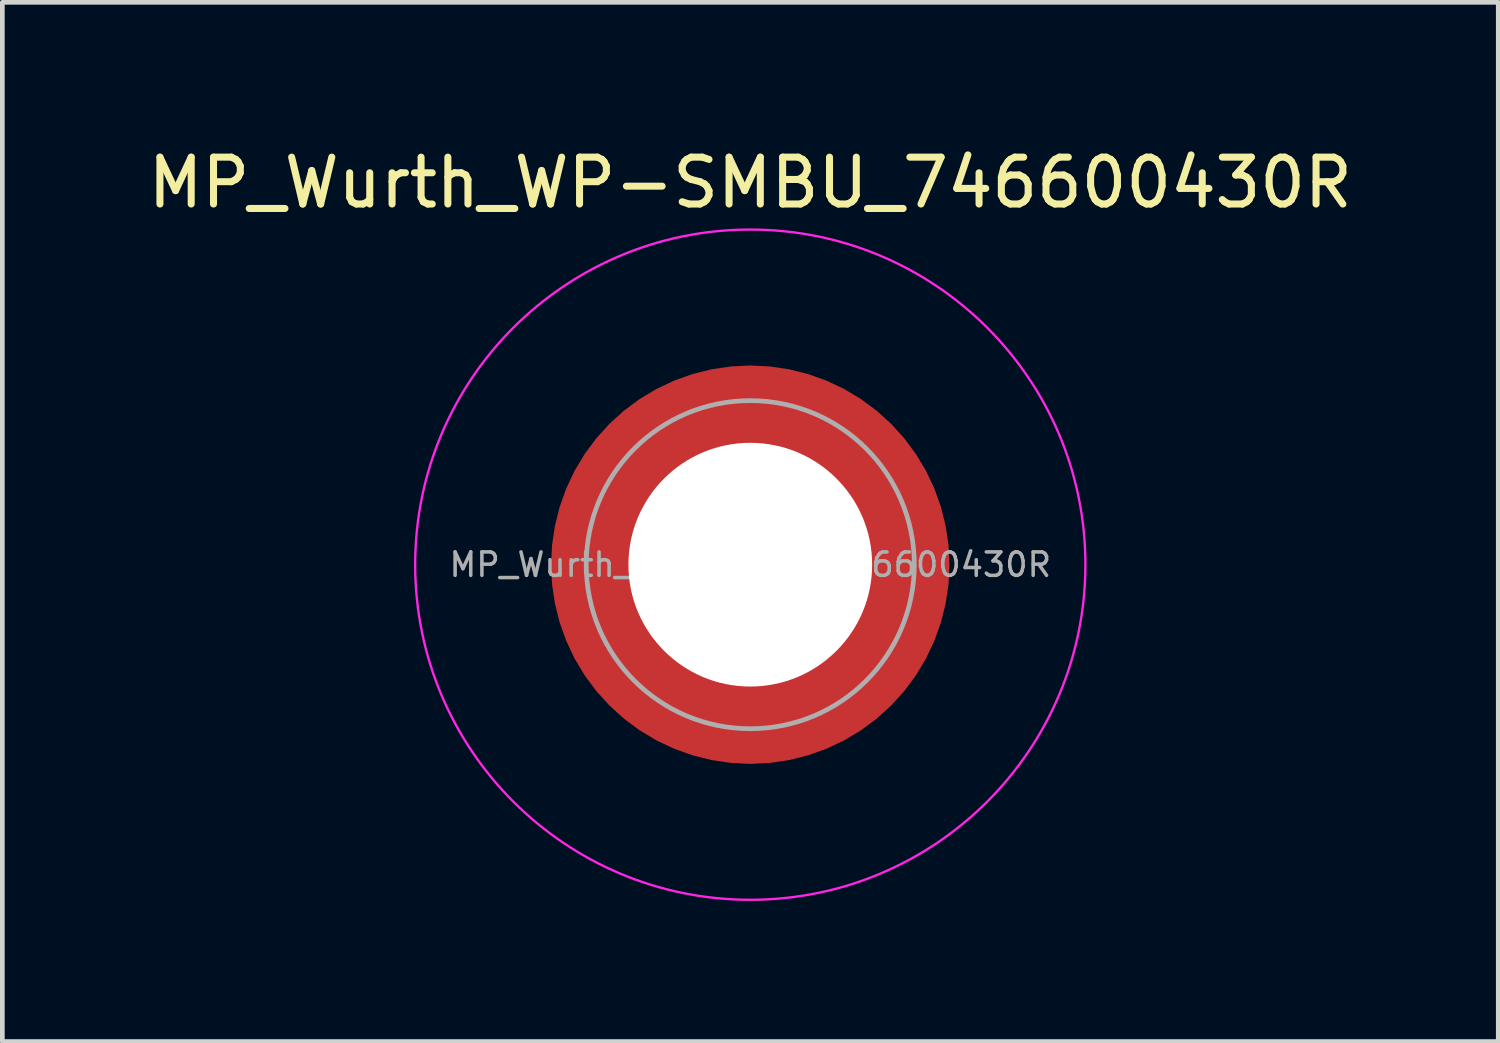
<source format=kicad_pcb>
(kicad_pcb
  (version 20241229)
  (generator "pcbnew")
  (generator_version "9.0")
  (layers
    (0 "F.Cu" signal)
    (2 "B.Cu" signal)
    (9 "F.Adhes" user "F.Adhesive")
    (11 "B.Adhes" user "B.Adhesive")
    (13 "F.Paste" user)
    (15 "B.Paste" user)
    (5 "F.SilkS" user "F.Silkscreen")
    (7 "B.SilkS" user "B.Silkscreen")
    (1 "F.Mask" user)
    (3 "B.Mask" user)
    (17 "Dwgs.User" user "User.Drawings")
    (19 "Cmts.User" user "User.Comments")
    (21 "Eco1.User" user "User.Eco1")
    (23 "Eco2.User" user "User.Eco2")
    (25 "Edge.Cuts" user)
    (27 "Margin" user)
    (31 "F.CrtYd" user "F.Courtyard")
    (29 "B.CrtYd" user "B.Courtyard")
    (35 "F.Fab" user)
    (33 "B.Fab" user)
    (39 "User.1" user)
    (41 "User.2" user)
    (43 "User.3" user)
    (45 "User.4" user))
  (footprint "MP_Wurth_WP-SMBU_746600430R"
    (layer "F.Cu")
    (at 12.958 8.998)
    (property "Reference" "MP_Wurth_WP-SMBU_746600430R" (at 0 -8.15 0) (unlocked yes) (layer "F.SilkS") (effects (font (size 1 1) (thickness 0.15))))
    (attr smd)
    (fp_poly (pts (xy -2.685 0.574) (xy -2.665 0.664) (xy -2.635 0.774) (xy -2.595 0.898) (xy -2.56 0.993) (xy -2.525 1.078) (xy -2.48 1.178) (xy -2.431 1.278) (xy -2.386 1.358) (xy -2.346 1.427) (xy -2.291 1.512) (xy -2.236 1.592) (xy -2.181 1.667) (xy -2.131 1.732) (xy -2.076 1.797) (xy -2.016 1.862) (xy -1.941 1.941) (xy -1.867 2.011) (xy -1.807 2.066) (xy -1.732 2.131) (xy -1.662 2.186) (xy -1.587 2.241) (xy -1.497 2.301) (xy -1.412 2.356) (xy -1.323 2.406) (xy -1.238 2.451) (xy -1.158 2.49) (xy -1.053 2.535) (xy -0.938 2.58) (xy -0.824 2.62) (xy -0.699 2.655) (xy -0.574 2.685) (xy -0.495 2.701) (xy -0.495 4.126) (xy -0.546 4.12) (xy -0.546 4.12) (xy -0.621 4.11) (xy -0.621 4.11) (xy -0.676 4.1) (xy -0.736 4.09) (xy -0.791 4.08) (xy -0.871 4.065) (xy -0.871 4.065) (xy -0.936 4.05) (xy -0.996 4.035) (xy -1.076 4.015) (xy -1.076 4.015) (xy -1.216 3.975) (xy -1.216 3.975) (xy -1.281 3.955) (xy -1.282 3.955) (xy -1.352 3.93) (xy -1.437 3.9) (xy -1.492 3.88) (xy -1.492 3.88) (xy -1.552 3.855) (xy -1.627 3.825) (xy -1.627 3.825) (xy -1.697 3.795) (xy -1.697 3.795) (xy -1.772 3.76) (xy -1.837 3.73) (xy -1.837 3.729) (xy -1.902 3.694) (xy -1.972 3.659) (xy -1.972 3.659) (xy -2.042 3.619) (xy -2.103 3.584) (xy -2.163 3.549) (xy -2.163 3.549) (xy -2.243 3.499) (xy -2.243 3.499) (xy -2.348 3.429) (xy -2.348 3.429) (xy -2.433 3.369) (xy -2.433 3.369) (xy -2.533 3.294) (xy -2.533 3.294) (xy -2.603 3.239) (xy -2.603 3.239) (xy -2.688 3.169) (xy -2.688 3.169) (xy -2.763 3.104) (xy -2.763 3.104) (xy -2.843 3.029) (xy -2.898 2.979) (xy -2.899 2.979) (xy -2.994 2.884) (xy -2.994 2.883) (xy -3.094 2.773) (xy -3.094 2.773) (xy -3.189 2.663) (xy -3.189 2.663) (xy -3.274 2.558) (xy -3.344 2.468) (xy -3.344 2.468) (xy -3.429 2.348) (xy -3.429 2.348) (xy -3.499 2.243) (xy -3.499 2.243) (xy -3.584 2.103) (xy -3.584 2.102) (xy -3.669 1.952) (xy -3.669 1.952) (xy -3.724 1.842) (xy -3.79 1.707) (xy -3.79 1.707) (xy -3.85 1.567) (xy -3.85 1.567) (xy -3.915 1.397) (xy -3.915 1.397) (xy -3.965 1.247) (xy -3.965 1.246) (xy -4.01 1.091) (xy -4.01 1.091) (xy -4.05 0.936) (xy -4.05 0.936) (xy -4.075 0.816) (xy -4.075 0.816) (xy -4.1 0.676) (xy -4.1 0.676) (xy -4.115 0.581) (xy -4.115 0.581) (xy -4.126 0.495) (xy -2.701 0.495)) (stroke (width 0) (type default)) (fill yes) (layer "F.Paste"))
    (fp_poly (pts (xy -0.495 -2.701) (xy -0.574 -2.685) (xy -0.664 -2.665) (xy -0.774 -2.635) (xy -0.898 -2.595) (xy -0.993 -2.56) (xy -1.078 -2.525) (xy -1.178 -2.48) (xy -1.278 -2.431) (xy -1.358 -2.386) (xy -1.427 -2.346) (xy -1.512 -2.291) (xy -1.592 -2.236) (xy -1.667 -2.181) (xy -1.732 -2.131) (xy -1.797 -2.076) (xy -1.862 -2.016) (xy -1.941 -1.941) (xy -2.011 -1.867) (xy -2.066 -1.807) (xy -2.131 -1.732) (xy -2.186 -1.662) (xy -2.241 -1.587) (xy -2.301 -1.497) (xy -2.356 -1.412) (xy -2.406 -1.323) (xy -2.451 -1.238) (xy -2.49 -1.158) (xy -2.535 -1.053) (xy -2.58 -0.938) (xy -2.62 -0.824) (xy -2.655 -0.699) (xy -2.685 -0.574) (xy -2.701 -0.495) (xy -4.126 -0.495) (xy -4.12 -0.546) (xy -4.12 -0.546) (xy -4.11 -0.621) (xy -4.11 -0.621) (xy -4.1 -0.676) (xy -4.09 -0.736) (xy -4.08 -0.791) (xy -4.065 -0.871) (xy -4.065 -0.871) (xy -4.05 -0.936) (xy -4.035 -0.996) (xy -4.015 -1.076) (xy -4.015 -1.076) (xy -3.975 -1.216) (xy -3.975 -1.216) (xy -3.955 -1.281) (xy -3.955 -1.282) (xy -3.93 -1.352) (xy -3.9 -1.437) (xy -3.88 -1.492) (xy -3.88 -1.492) (xy -3.855 -1.552) (xy -3.825 -1.627) (xy -3.825 -1.627) (xy -3.795 -1.697) (xy -3.795 -1.697) (xy -3.76 -1.772) (xy -3.73 -1.837) (xy -3.729 -1.837) (xy -3.694 -1.902) (xy -3.659 -1.972) (xy -3.659 -1.972) (xy -3.619 -2.042) (xy -3.584 -2.103) (xy -3.549 -2.163) (xy -3.549 -2.163) (xy -3.499 -2.243) (xy -3.499 -2.243) (xy -3.429 -2.348) (xy -3.429 -2.348) (xy -3.369 -2.433) (xy -3.369 -2.433) (xy -3.294 -2.533) (xy -3.294 -2.533) (xy -3.239 -2.603) (xy -3.239 -2.603) (xy -3.169 -2.688) (xy -3.169 -2.688) (xy -3.104 -2.763) (xy -3.104 -2.763) (xy -3.029 -2.843) (xy -2.979 -2.898) (xy -2.979 -2.899) (xy -2.884 -2.994) (xy -2.883 -2.994) (xy -2.773 -3.094) (xy -2.773 -3.094) (xy -2.663 -3.189) (xy -2.663 -3.189) (xy -2.558 -3.274) (xy -2.468 -3.344) (xy -2.468 -3.344) (xy -2.348 -3.429) (xy -2.348 -3.429) (xy -2.243 -3.499) (xy -2.243 -3.499) (xy -2.103 -3.584) (xy -2.102 -3.584) (xy -1.952 -3.669) (xy -1.952 -3.669) (xy -1.842 -3.724) (xy -1.707 -3.79) (xy -1.707 -3.79) (xy -1.567 -3.85) (xy -1.567 -3.85) (xy -1.397 -3.915) (xy -1.397 -3.915) (xy -1.247 -3.965) (xy -1.246 -3.965) (xy -1.091 -4.01) (xy -1.091 -4.01) (xy -0.936 -4.05) (xy -0.936 -4.05) (xy -0.816 -4.075) (xy -0.816 -4.075) (xy -0.676 -4.1) (xy -0.676 -4.1) (xy -0.581 -4.115) (xy -0.581 -4.115) (xy -0.495 -4.126)) (stroke (width 0) (type default)) (fill yes) (layer "F.Paste"))
    (fp_poly (pts (xy 0.546 -4.12) (xy 0.546 -4.12) (xy 0.621 -4.11) (xy 0.621 -4.11) (xy 0.676 -4.1) (xy 0.736 -4.09) (xy 0.791 -4.08) (xy 0.871 -4.065) (xy 0.871 -4.065) (xy 0.936 -4.05) (xy 0.996 -4.035) (xy 1.076 -4.015) (xy 1.076 -4.015) (xy 1.216 -3.975) (xy 1.216 -3.975) (xy 1.281 -3.955) (xy 1.282 -3.955) (xy 1.352 -3.93) (xy 1.437 -3.9) (xy 1.492 -3.88) (xy 1.492 -3.88) (xy 1.552 -3.855) (xy 1.627 -3.825) (xy 1.627 -3.825) (xy 1.697 -3.795) (xy 1.697 -3.795) (xy 1.772 -3.76) (xy 1.837 -3.73) (xy 1.837 -3.729) (xy 1.902 -3.694) (xy 1.972 -3.659) (xy 1.972 -3.659) (xy 2.042 -3.619) (xy 2.103 -3.584) (xy 2.163 -3.549) (xy 2.163 -3.549) (xy 2.243 -3.499) (xy 2.243 -3.499) (xy 2.348 -3.429) (xy 2.348 -3.429) (xy 2.433 -3.369) (xy 2.433 -3.369) (xy 2.533 -3.294) (xy 2.533 -3.294) (xy 2.603 -3.239) (xy 2.603 -3.239) (xy 2.688 -3.169) (xy 2.688 -3.169) (xy 2.763 -3.104) (xy 2.763 -3.104) (xy 2.843 -3.029) (xy 2.898 -2.979) (xy 2.899 -2.979) (xy 2.994 -2.884) (xy 2.994 -2.883) (xy 3.094 -2.773) (xy 3.094 -2.773) (xy 3.189 -2.663) (xy 3.189 -2.663) (xy 3.274 -2.558) (xy 3.344 -2.468) (xy 3.344 -2.468) (xy 3.429 -2.348) (xy 3.429 -2.348) (xy 3.499 -2.243) (xy 3.499 -2.243) (xy 3.584 -2.103) (xy 3.584 -2.102) (xy 3.669 -1.952) (xy 3.669 -1.952) (xy 3.724 -1.842) (xy 3.79 -1.707) (xy 3.79 -1.707) (xy 3.85 -1.567) (xy 3.85 -1.567) (xy 3.915 -1.397) (xy 3.915 -1.397) (xy 3.965 -1.247) (xy 3.965 -1.246) (xy 4.01 -1.091) (xy 4.01 -1.091) (xy 4.05 -0.936) (xy 4.05 -0.936) (xy 4.075 -0.816) (xy 4.075 -0.816) (xy 4.1 -0.676) (xy 4.1 -0.676) (xy 4.115 -0.581) (xy 4.115 -0.581) (xy 4.126 -0.495) (xy 2.701 -0.495) (xy 2.685 -0.574) (xy 2.665 -0.664) (xy 2.635 -0.774) (xy 2.595 -0.898) (xy 2.56 -0.993) (xy 2.525 -1.078) (xy 2.48 -1.178) (xy 2.431 -1.278) (xy 2.386 -1.358) (xy 2.346 -1.427) (xy 2.291 -1.512) (xy 2.236 -1.592) (xy 2.181 -1.667) (xy 2.131 -1.732) (xy 2.076 -1.797) (xy 2.016 -1.862) (xy 1.941 -1.941) (xy 1.867 -2.011) (xy 1.807 -2.066) (xy 1.732 -2.131) (xy 1.662 -2.186) (xy 1.587 -2.241) (xy 1.497 -2.301) (xy 1.412 -2.356) (xy 1.323 -2.406) (xy 1.238 -2.451) (xy 1.158 -2.49) (xy 1.053 -2.535) (xy 0.938 -2.58) (xy 0.824 -2.62) (xy 0.699 -2.655) (xy 0.574 -2.685) (xy 0.495 -2.701) (xy 0.495 -4.126)) (stroke (width 0) (type default)) (fill yes) (layer "F.Paste"))
    (fp_poly (pts (xy 4.12 0.546) (xy 4.12 0.546) (xy 4.11 0.621) (xy 4.11 0.621) (xy 4.1 0.676) (xy 4.09 0.736) (xy 4.08 0.791) (xy 4.065 0.871) (xy 4.065 0.871) (xy 4.05 0.936) (xy 4.035 0.996) (xy 4.015 1.076) (xy 4.015 1.076) (xy 3.975 1.216) (xy 3.975 1.216) (xy 3.955 1.281) (xy 3.955 1.282) (xy 3.93 1.352) (xy 3.9 1.437) (xy 3.88 1.492) (xy 3.88 1.492) (xy 3.855 1.552) (xy 3.825 1.627) (xy 3.825 1.627) (xy 3.795 1.697) (xy 3.795 1.697) (xy 3.76 1.772) (xy 3.73 1.837) (xy 3.729 1.837) (xy 3.694 1.902) (xy 3.659 1.972) (xy 3.659 1.972) (xy 3.619 2.042) (xy 3.584 2.103) (xy 3.549 2.163) (xy 3.549 2.163) (xy 3.499 2.243) (xy 3.499 2.243) (xy 3.429 2.348) (xy 3.429 2.348) (xy 3.369 2.433) (xy 3.369 2.433) (xy 3.294 2.533) (xy 3.294 2.533) (xy 3.239 2.603) (xy 3.239 2.603) (xy 3.169 2.688) (xy 3.169 2.688) (xy 3.104 2.763) (xy 3.104 2.763) (xy 3.029 2.843) (xy 2.979 2.898) (xy 2.979 2.899) (xy 2.884 2.994) (xy 2.883 2.994) (xy 2.773 3.094) (xy 2.773 3.094) (xy 2.663 3.189) (xy 2.663 3.189) (xy 2.558 3.274) (xy 2.468 3.344) (xy 2.468 3.344) (xy 2.348 3.429) (xy 2.348 3.429) (xy 2.243 3.499) (xy 2.243 3.499) (xy 2.103 3.584) (xy 2.102 3.584) (xy 1.952 3.669) (xy 1.952 3.669) (xy 1.842 3.724) (xy 1.707 3.79) (xy 1.707 3.79) (xy 1.567 3.85) (xy 1.567 3.85) (xy 1.397 3.915) (xy 1.397 3.915) (xy 1.247 3.965) (xy 1.246 3.965) (xy 1.091 4.01) (xy 1.091 4.01) (xy 0.936 4.05) (xy 0.936 4.05) (xy 0.816 4.075) (xy 0.816 4.075) (xy 0.676 4.1) (xy 0.676 4.1) (xy 0.581 4.115) (xy 0.581 4.115) (xy 0.495 4.126) (xy 0.495 2.701) (xy 0.574 2.685) (xy 0.664 2.665) (xy 0.774 2.635) (xy 0.898 2.595) (xy 0.993 2.56) (xy 1.078 2.525) (xy 1.178 2.48) (xy 1.278 2.431) (xy 1.358 2.386) (xy 1.427 2.346) (xy 1.512 2.291) (xy 1.592 2.236) (xy 1.667 2.181) (xy 1.732 2.131) (xy 1.797 2.076) (xy 1.862 2.016) (xy 1.941 1.941) (xy 2.011 1.867) (xy 2.066 1.807) (xy 2.131 1.732) (xy 2.186 1.662) (xy 2.241 1.587) (xy 2.301 1.497) (xy 2.356 1.412) (xy 2.406 1.323) (xy 2.451 1.238) (xy 2.49 1.158) (xy 2.535 1.053) (xy 2.58 0.938) (xy 2.62 0.824) (xy 2.655 0.699) (xy 2.685 0.574) (xy 2.701 0.495) (xy 4.126 0.495)) (stroke (width 0) (type default)) (fill yes) (layer "F.Paste"))
    (fp_circle (center 0 0) (end 7.15 0) (stroke (width 0.05) (type solid)) (fill no) (layer "F.CrtYd"))
    (fp_circle (center 0 0) (end 3.5 0) (stroke (width 0.1) (type solid)) (fill no) (layer "F.Fab"))
    (fp_text user "${REFERENCE}" (at 0 0 0) (unlocked yes) (layer "F.Fab") (effects (font (size 0.5 0.5) (thickness 0.075))))
    (pad "" np_thru_hole circle (at 0 0) (size 5.2 5.2) (drill 5.2) (layers "*.Cu" "*.Mask"))
    (pad "1" smd roundrect (at 0 0) (size 8.5 8.5) (layers "F.Cu" "F.Mask") (roundrect_rratio 0.5)))
  (gr_rect
    (start -3 -3)
    (end 28.917 19.173)
    (stroke (width 0.1) (type default))
    (fill no)
    (layer "Edge.Cuts")))
</source>
